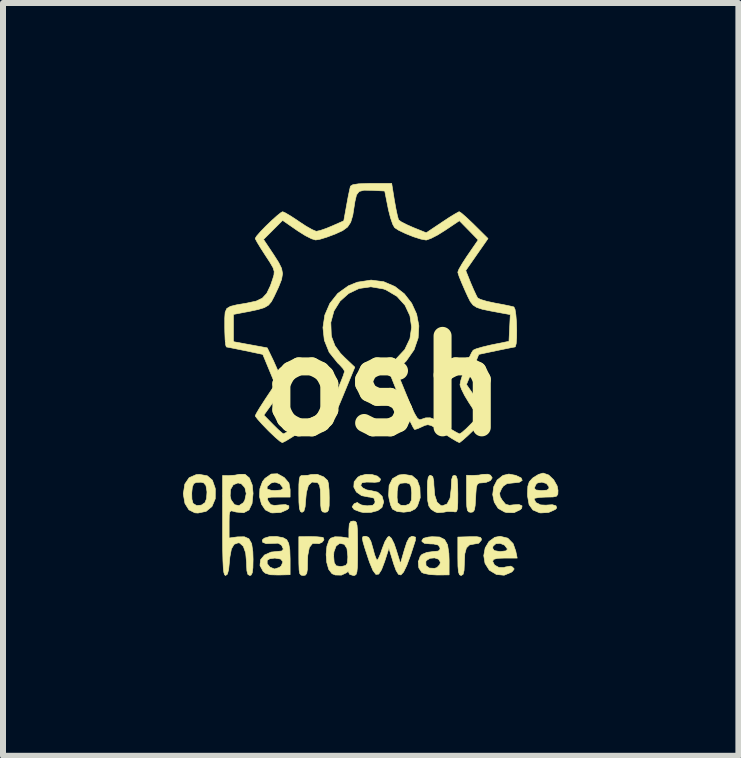
<source format=kicad_pcb>
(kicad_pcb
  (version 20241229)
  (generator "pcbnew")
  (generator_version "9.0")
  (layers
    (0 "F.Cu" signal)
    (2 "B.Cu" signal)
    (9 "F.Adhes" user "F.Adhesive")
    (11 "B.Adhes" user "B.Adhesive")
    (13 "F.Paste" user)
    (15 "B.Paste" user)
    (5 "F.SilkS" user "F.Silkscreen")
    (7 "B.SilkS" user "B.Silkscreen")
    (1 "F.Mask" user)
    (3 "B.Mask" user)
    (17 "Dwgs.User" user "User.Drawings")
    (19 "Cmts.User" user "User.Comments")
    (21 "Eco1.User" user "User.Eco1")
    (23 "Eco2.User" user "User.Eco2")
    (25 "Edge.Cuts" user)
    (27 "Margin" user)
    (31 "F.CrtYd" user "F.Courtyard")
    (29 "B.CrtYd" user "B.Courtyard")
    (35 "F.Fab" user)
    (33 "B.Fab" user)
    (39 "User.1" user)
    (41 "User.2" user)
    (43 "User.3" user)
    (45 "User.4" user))
  (footprint "osh"
    (layer "F.Cu")
    (at 3.343 3.38)
    (property "Reference" "osh" (at 0 0 0) (layer "F.SilkS") (effects (font (size 1.524 1.524) (thickness 0.3))))
    (attr through_hole)
    (fp_poly (pts (xy 1.551 2.511) (xy 1.61 2.522) (xy 1.628 2.549) (xy 1.626 2.568) (xy 1.582 2.62) (xy 1.512 2.632) (xy 1.428 2.648) (xy 1.377 2.698) (xy 1.35 2.797) (xy 1.343 2.948) (xy 1.338 3.072) (xy 1.322 3.137) (xy 1.291 3.157) (xy 1.288 3.157) (xy 1.261 3.144) (xy 1.245 3.097) (xy 1.236 3.004) (xy 1.234 2.851) (xy 1.234 2.837) (xy 1.234 2.517) (xy 1.436 2.511) (xy 1.551 2.511)) (stroke (width 0.01) (type solid)) (fill yes) (layer "F.SilkS"))
    (fp_poly (pts (xy -1.114 2.512) (xy -1.031 2.52) (xy -1.007 2.527) (xy -0.996 2.563) (xy -1.028 2.604) (xy -1.08 2.627) (xy -1.11 2.624) (xy -1.187 2.624) (xy -1.24 2.691) (xy -1.266 2.825) (xy -1.27 2.925) (xy -1.272 3.052) (xy -1.283 3.121) (xy -1.306 3.151) (xy -1.343 3.157) (xy -1.377 3.151) (xy -1.399 3.126) (xy -1.41 3.066) (xy -1.414 2.958) (xy -1.415 2.834) (xy -1.415 2.511) (xy -1.227 2.509) (xy -1.114 2.512)) (stroke (width 0.01) (type solid)) (fill yes) (layer "F.SilkS"))
    (fp_poly (pts (xy 1.778 1.486) (xy 1.807 1.531) (xy 1.778 1.575) (xy 1.705 1.606) (xy 1.642 1.613) (xy 1.589 1.617) (xy 1.558 1.639) (xy 1.542 1.694) (xy 1.534 1.799) (xy 1.531 1.86) (xy 1.523 1.991) (xy 1.51 2.065) (xy 1.486 2.098) (xy 1.45 2.105) (xy 1.415 2.098) (xy 1.394 2.071) (xy 1.383 2.007) (xy 1.379 1.893) (xy 1.379 1.796) (xy 1.379 1.487) (xy 1.479 1.49) (xy 1.583 1.485) (xy 1.651 1.472) (xy 1.736 1.47) (xy 1.778 1.486)) (stroke (width 0.01) (type solid)) (fill yes) (layer "F.SilkS"))
    (fp_poly (pts (xy 2.2 1.489) (xy 2.202 1.49) (xy 2.289 1.532) (xy 2.307 1.573) (xy 2.259 1.604) (xy 2.158 1.615) (xy 2.054 1.626) (xy 1.992 1.668) (xy 1.963 1.71) (xy 1.93 1.785) (xy 1.939 1.845) (xy 1.974 1.904) (xy 2.03 1.971) (xy 2.096 1.988) (xy 2.159 1.98) (xy 2.253 1.975) (xy 2.304 1.997) (xy 2.298 2.037) (xy 2.277 2.059) (xy 2.17 2.111) (xy 2.045 2.108) (xy 2.011 2.099) (xy 1.906 2.039) (xy 1.841 1.936) (xy 1.815 1.81) (xy 1.831 1.681) (xy 1.889 1.567) (xy 1.986 1.49) (xy 2.084 1.467) (xy 2.2 1.489)) (stroke (width 0.01) (type solid)) (fill yes) (layer "F.SilkS"))
    (fp_poly (pts (xy -2.94 1.496) (xy -2.855 1.569) (xy -2.809 1.7) (xy -2.806 1.716) (xy -2.807 1.879) (xy -2.861 2.007) (xy -2.96 2.089) (xy -3.095 2.117) (xy -3.147 2.113) (xy -3.246 2.063) (xy -3.312 1.957) (xy -3.338 1.807) (xy -3.338 1.792) (xy -3.337 1.784) (xy -3.199 1.784) (xy -3.196 1.886) (xy -3.177 1.957) (xy -3.176 1.957) (xy -3.118 1.992) (xy -3.039 1.985) (xy -2.978 1.944) (xy -2.952 1.875) (xy -2.945 1.773) (xy -2.946 1.753) (xy -2.962 1.659) (xy -2.998 1.615) (xy -3.043 1.603) (xy -3.124 1.607) (xy -3.165 1.626) (xy -3.189 1.686) (xy -3.199 1.784) (xy -3.337 1.784) (xy -3.314 1.634) (xy -3.242 1.528) (xy -3.125 1.477) (xy -3.07 1.473) (xy -2.94 1.496)) (stroke (width 0.01) (type solid)) (fill yes) (layer "F.SilkS"))
    (fp_poly (pts (xy 1.206 1.501) (xy 1.223 1.548) (xy 1.231 1.643) (xy 1.234 1.797) (xy 1.234 1.8) (xy 1.233 1.951) (xy 1.228 2.042) (xy 1.215 2.087) (xy 1.191 2.099) (xy 1.157 2.093) (xy 1.061 2.09) (xy 1.001 2.103) (xy 0.897 2.111) (xy 0.851 2.095) (xy 0.788 2.053) (xy 0.751 1.999) (xy 0.733 1.915) (xy 0.727 1.782) (xy 0.726 1.733) (xy 0.729 1.598) (xy 0.741 1.521) (xy 0.765 1.49) (xy 0.78 1.488) (xy 0.816 1.509) (xy 0.833 1.583) (xy 0.835 1.649) (xy 0.849 1.819) (xy 0.888 1.936) (xy 0.952 1.992) (xy 0.978 1.996) (xy 1.056 1.964) (xy 1.105 1.868) (xy 1.124 1.706) (xy 1.125 1.672) (xy 1.131 1.557) (xy 1.15 1.5) (xy 1.179 1.488) (xy 1.206 1.501)) (stroke (width 0.01) (type solid)) (fill yes) (layer "F.SilkS"))
    (fp_poly (pts (xy -1.002 1.514) (xy -0.935 1.575) (xy -0.921 1.629) (xy -0.911 1.734) (xy -0.908 1.86) (xy -0.909 1.99) (xy -0.919 2.064) (xy -0.94 2.097) (xy -0.978 2.105) (xy -0.98 2.105) (xy -1.019 2.097) (xy -1.041 2.065) (xy -1.05 1.991) (xy -1.052 1.868) (xy -1.056 1.731) (xy -1.071 1.652) (xy -1.1 1.613) (xy -1.112 1.608) (xy -1.196 1.601) (xy -1.255 1.656) (xy -1.289 1.777) (xy -1.299 1.882) (xy -1.31 2.013) (xy -1.33 2.084) (xy -1.362 2.105) (xy -1.362 2.105) (xy -1.389 2.09) (xy -1.405 2.039) (xy -1.413 1.938) (xy -1.415 1.794) (xy -1.414 1.643) (xy -1.407 1.551) (xy -1.393 1.505) (xy -1.368 1.491) (xy -1.352 1.492) (xy -1.266 1.488) (xy -1.208 1.475) (xy -1.107 1.472) (xy -1.002 1.514)) (stroke (width 0.01) (type solid)) (fill yes) (layer "F.SilkS"))
    (fp_poly (pts (xy 0.472 1.495) (xy 0.557 1.567) (xy 0.602 1.691) (xy 0.608 1.861) (xy 0.561 2) (xy 0.523 2.048) (xy 0.443 2.089) (xy 0.332 2.103) (xy 0.222 2.091) (xy 0.147 2.052) (xy 0.144 2.049) (xy 0.113 1.98) (xy 0.088 1.873) (xy 0.086 1.859) (xy 0.222 1.859) (xy 0.23 1.936) (xy 0.232 1.945) (xy 0.282 1.987) (xy 0.364 1.99) (xy 0.429 1.964) (xy 0.461 1.903) (xy 0.466 1.782) (xy 0.465 1.774) (xy 0.454 1.675) (xy 0.43 1.629) (xy 0.379 1.615) (xy 0.345 1.615) (xy 0.273 1.622) (xy 0.24 1.657) (xy 0.226 1.741) (xy 0.224 1.755) (xy 0.222 1.859) (xy 0.086 1.859) (xy 0.081 1.822) (xy 0.089 1.658) (xy 0.146 1.544) (xy 0.252 1.483) (xy 0.337 1.473) (xy 0.472 1.495)) (stroke (width 0.01) (type solid)) (fill yes) (layer "F.SilkS"))
    (fp_poly (pts (xy -1.676 2.528) (xy -1.617 2.561) (xy -1.584 2.622) (xy -1.565 2.728) (xy -1.56 2.881) (xy -1.56 3.144) (xy -1.755 3.149) (xy -1.889 3.145) (xy -1.973 3.119) (xy -2.009 3.089) (xy -2.062 2.99) (xy -2.053 2.904) (xy -1.942 2.904) (xy -1.942 2.961) (xy -1.896 3.017) (xy -1.826 3.047) (xy -1.814 3.048) (xy -1.738 3.022) (xy -1.707 2.995) (xy -1.68 2.929) (xy -1.718 2.883) (xy -1.814 2.867) (xy -1.898 2.878) (xy -1.942 2.904) (xy -2.053 2.904) (xy -2.052 2.895) (xy -1.987 2.816) (xy -1.877 2.767) (xy -1.788 2.758) (xy -1.699 2.749) (xy -1.673 2.718) (xy -1.702 2.653) (xy -1.702 2.653) (xy -1.759 2.619) (xy -1.864 2.623) (xy -1.96 2.626) (xy -2.017 2.604) (xy -2.024 2.567) (xy -1.991 2.536) (xy -1.902 2.509) (xy -1.785 2.507) (xy -1.676 2.528)) (stroke (width 0.01) (type solid)) (fill yes) (layer "F.SilkS"))
    (fp_poly (pts (xy -1.656 1.527) (xy -1.656 1.527) (xy -1.58 1.616) (xy -1.56 1.726) (xy -1.56 1.851) (xy -1.761 1.851) (xy -1.875 1.852) (xy -1.929 1.862) (xy -1.939 1.886) (xy -1.921 1.927) (xy -1.882 1.977) (xy -1.821 1.99) (xy -1.74 1.982) (xy -1.637 1.976) (xy -1.581 1.996) (xy -1.581 2.034) (xy -1.606 2.059) (xy -1.715 2.107) (xy -1.853 2.115) (xy -1.877 2.112) (xy -1.972 2.065) (xy -2.037 1.969) (xy -2.069 1.846) (xy -2.064 1.714) (xy -2.05 1.675) (xy -1.943 1.675) (xy -1.942 1.717) (xy -1.871 1.739) (xy -1.814 1.742) (xy -1.711 1.733) (xy -1.676 1.706) (xy -1.677 1.699) (xy -1.731 1.629) (xy -1.813 1.601) (xy -1.876 1.617) (xy -1.943 1.675) (xy -2.05 1.675) (xy -2.02 1.593) (xy -1.979 1.54) (xy -1.875 1.467) (xy -1.771 1.462) (xy -1.656 1.527)) (stroke (width 0.01) (type solid)) (fill yes) (layer "F.SilkS"))
    (fp_poly (pts (xy 2.066 2.535) (xy 2.155 2.626) (xy 2.199 2.751) (xy 2.223 2.867) (xy 2.018 2.867) (xy 1.896 2.871) (xy 1.832 2.888) (xy 1.814 2.92) (xy 1.845 2.983) (xy 1.918 3.023) (xy 2.001 3.025) (xy 2.025 3.016) (xy 2.111 3.001) (xy 2.143 3.015) (xy 2.173 3.048) (xy 2.146 3.086) (xy 2.125 3.103) (xy 2.005 3.153) (xy 1.876 3.14) (xy 1.759 3.069) (xy 1.758 3.068) (xy 1.687 2.955) (xy 1.666 2.826) (xy 1.689 2.702) (xy 1.814 2.702) (xy 1.84 2.742) (xy 1.923 2.757) (xy 1.944 2.758) (xy 2.035 2.747) (xy 2.061 2.718) (xy 2.06 2.715) (xy 2.013 2.652) (xy 1.94 2.622) (xy 1.868 2.627) (xy 1.821 2.669) (xy 1.814 2.702) (xy 1.689 2.702) (xy 1.69 2.698) (xy 1.753 2.591) (xy 1.85 2.521) (xy 1.938 2.504) (xy 2.066 2.535)) (stroke (width 0.01) (type solid)) (fill yes) (layer "F.SilkS"))
    (fp_poly (pts (xy -0.193 1.476) (xy -0.105 1.502) (xy -0.057 1.547) (xy -0.054 1.563) (xy -0.077 1.597) (xy -0.152 1.605) (xy -0.19 1.603) (xy -0.289 1.601) (xy -0.357 1.612) (xy -0.364 1.615) (xy -0.384 1.655) (xy -0.351 1.698) (xy -0.282 1.732) (xy -0.216 1.742) (xy -0.102 1.769) (xy -0.027 1.838) (xy -0.001 1.933) (xy -0.03 2.024) (xy -0.1 2.076) (xy -0.212 2.106) (xy -0.337 2.108) (xy -0.388 2.098) (xy -0.493 2.058) (xy -0.527 2.013) (xy -0.493 1.962) (xy -0.439 1.94) (xy -0.418 1.958) (xy -0.369 1.983) (xy -0.281 1.996) (xy -0.27 1.996) (xy -0.183 1.987) (xy -0.149 1.955) (xy -0.145 1.923) (xy -0.164 1.868) (xy -0.232 1.851) (xy -0.246 1.851) (xy -0.369 1.827) (xy -0.456 1.766) (xy -0.499 1.684) (xy -0.493 1.596) (xy -0.431 1.519) (xy -0.391 1.496) (xy -0.296 1.472) (xy -0.193 1.476)) (stroke (width 0.01) (type solid)) (fill yes) (layer "F.SilkS"))
    (fp_poly (pts (xy 0.929 2.516) (xy 1.013 2.558) (xy 1.063 2.646) (xy 1.085 2.789) (xy 1.089 2.906) (xy 1.089 3.147) (xy 0.892 3.149) (xy 0.769 3.142) (xy 0.67 3.122) (xy 0.633 3.106) (xy 0.584 3.03) (xy 0.575 2.929) (xy 0.577 2.925) (xy 0.701 2.925) (xy 0.704 2.992) (xy 0.758 3.033) (xy 0.845 3.038) (xy 0.886 3.026) (xy 0.934 2.975) (xy 0.943 2.935) (xy 0.914 2.886) (xy 0.847 2.864) (xy 0.769 2.871) (xy 0.711 2.908) (xy 0.701 2.925) (xy 0.577 2.925) (xy 0.608 2.837) (xy 0.637 2.806) (xy 0.719 2.772) (xy 0.825 2.758) (xy 0.826 2.758) (xy 0.91 2.75) (xy 0.938 2.72) (xy 0.936 2.694) (xy 0.907 2.65) (xy 0.83 2.632) (xy 0.779 2.631) (xy 0.679 2.622) (xy 0.637 2.592) (xy 0.635 2.576) (xy 0.66 2.538) (xy 0.742 2.517) (xy 0.804 2.511) (xy 0.929 2.516)) (stroke (width 0.01) (type solid)) (fill yes) (layer "F.SilkS"))
    (fp_poly (pts (xy 0.529 2.519) (xy 0.527 2.575) (xy 0.525 2.579) (xy 0.447 2.819) (xy 0.383 2.991) (xy 0.33 3.1) (xy 0.285 3.148) (xy 0.245 3.138) (xy 0.206 3.075) (xy 0.164 2.96) (xy 0.156 2.932) (xy 0.086 2.703) (xy 0.016 2.921) (xy -0.037 3.061) (xy -0.084 3.134) (xy -0.131 3.139) (xy -0.18 3.074) (xy -0.236 2.939) (xy -0.264 2.856) (xy -0.316 2.698) (xy -0.346 2.596) (xy -0.356 2.538) (xy -0.348 2.511) (xy -0.322 2.504) (xy -0.296 2.504) (xy -0.251 2.522) (xy -0.215 2.587) (xy -0.181 2.703) (xy -0.152 2.812) (xy -0.124 2.884) (xy -0.11 2.903) (xy -0.087 2.871) (xy -0.052 2.789) (xy -0.023 2.703) (xy 0.02 2.592) (xy 0.064 2.52) (xy 0.089 2.504) (xy 0.127 2.537) (xy 0.172 2.626) (xy 0.208 2.731) (xy 0.278 2.957) (xy 0.343 2.731) (xy 0.385 2.602) (xy 0.423 2.531) (xy 0.465 2.505) (xy 0.479 2.504) (xy 0.529 2.519)) (stroke (width 0.01) (type solid)) (fill yes) (layer "F.SilkS"))
    (fp_poly (pts (xy 2.747 1.483) (xy 2.831 1.563) (xy 2.889 1.666) (xy 2.903 1.74) (xy 2.9 1.803) (xy 2.878 1.836) (xy 2.82 1.849) (xy 2.708 1.851) (xy 2.703 1.851) (xy 2.594 1.856) (xy 2.521 1.869) (xy 2.504 1.882) (xy 2.535 1.942) (xy 2.612 1.981) (xy 2.708 1.986) (xy 2.714 1.984) (xy 2.808 1.978) (xy 2.869 1.996) (xy 2.881 2.031) (xy 2.859 2.057) (xy 2.747 2.107) (xy 2.614 2.115) (xy 2.594 2.112) (xy 2.485 2.066) (xy 2.421 1.977) (xy 2.396 1.835) (xy 2.395 1.793) (xy 2.399 1.701) (xy 2.508 1.701) (xy 2.533 1.732) (xy 2.62 1.742) (xy 2.633 1.742) (xy 2.72 1.735) (xy 2.752 1.708) (xy 2.751 1.678) (xy 2.71 1.625) (xy 2.635 1.602) (xy 2.562 1.615) (xy 2.536 1.639) (xy 2.508 1.701) (xy 2.399 1.701) (xy 2.4 1.672) (xy 2.424 1.597) (xy 2.475 1.54) (xy 2.49 1.527) (xy 2.577 1.474) (xy 2.654 1.451) (xy 2.655 1.451) (xy 2.747 1.483)) (stroke (width 0.01) (type solid)) (fill yes) (layer "F.SilkS"))
    (fp_poly (pts (xy -0.478 2.254) (xy -0.457 2.274) (xy -0.445 2.322) (xy -0.438 2.41) (xy -0.436 2.549) (xy -0.435 2.703) (xy -0.436 2.892) (xy -0.439 3.019) (xy -0.447 3.097) (xy -0.461 3.139) (xy -0.483 3.155) (xy -0.508 3.157) (xy -0.567 3.139) (xy -0.581 3.113) (xy -0.591 3.088) (xy -0.624 3.113) (xy -0.705 3.151) (xy -0.807 3.149) (xy -0.862 3.127) (xy -0.917 3.055) (xy -0.95 2.938) (xy -0.958 2.829) (xy -0.835 2.829) (xy -0.826 2.94) (xy -0.794 2.995) (xy -0.725 3.007) (xy -0.691 3.004) (xy -0.633 2.99) (xy -0.606 2.95) (xy -0.599 2.864) (xy -0.599 2.834) (xy -0.613 2.707) (xy -0.656 2.639) (xy -0.659 2.637) (xy -0.734 2.621) (xy -0.794 2.667) (xy -0.83 2.763) (xy -0.835 2.829) (xy -0.958 2.829) (xy -0.96 2.802) (xy -0.947 2.67) (xy -0.91 2.567) (xy -0.884 2.536) (xy -0.813 2.512) (xy -0.708 2.515) (xy -0.707 2.515) (xy -0.581 2.535) (xy -0.581 2.393) (xy -0.574 2.299) (xy -0.549 2.257) (xy -0.508 2.25) (xy -0.478 2.254)) (stroke (width 0.01) (type solid)) (fill yes) (layer "F.SilkS"))
    (fp_poly (pts (xy -2.312 1.471) (xy -2.238 1.533) (xy -2.191 1.65) (xy -2.177 1.789) (xy -2.194 1.959) (xy -2.245 2.065) (xy -2.333 2.112) (xy -2.461 2.1) (xy -2.495 2.09) (xy -2.539 2.08) (xy -2.563 2.095) (xy -2.574 2.149) (xy -2.576 2.258) (xy -2.576 2.298) (xy -2.576 2.533) (xy -2.438 2.514) (xy -2.323 2.512) (xy -2.247 2.545) (xy -2.201 2.626) (xy -2.181 2.761) (xy -2.177 2.887) (xy -2.18 3.03) (xy -2.191 3.114) (xy -2.211 3.151) (xy -2.232 3.157) (xy -2.263 3.14) (xy -2.28 3.08) (xy -2.286 2.964) (xy -2.286 2.942) (xy -2.3 2.783) (xy -2.339 2.672) (xy -2.399 2.617) (xy -2.425 2.613) (xy -2.493 2.638) (xy -2.538 2.715) (xy -2.564 2.853) (xy -2.57 2.919) (xy -2.584 3.059) (xy -2.605 3.135) (xy -2.635 3.157) (xy -2.651 3.146) (xy -2.664 3.106) (xy -2.673 3.031) (xy -2.679 2.913) (xy -2.683 2.743) (xy -2.685 2.513) (xy -2.685 2.324) (xy -2.685 1.833) (xy -2.559 1.833) (xy -2.542 1.9) (xy -2.485 1.978) (xy -2.411 1.993) (xy -2.341 1.946) (xy -2.315 1.904) (xy -2.291 1.793) (xy -2.313 1.695) (xy -2.372 1.63) (xy -2.429 1.615) (xy -2.507 1.646) (xy -2.553 1.725) (xy -2.559 1.833) (xy -2.685 1.833) (xy -2.685 1.491) (xy -2.585 1.493) (xy -2.479 1.486) (xy -2.407 1.471) (xy -2.312 1.471)) (stroke (width 0.01) (type solid)) (fill yes) (layer "F.SilkS"))
    (fp_poly (pts (xy 0.178 -3.09) (xy 0.203 -2.951) (xy 0.227 -2.839) (xy 0.245 -2.773) (xy 0.248 -2.767) (xy 0.292 -2.734) (xy 0.384 -2.687) (xy 0.49 -2.64) (xy 0.708 -2.552) (xy 0.969 -2.727) (xy 1.09 -2.807) (xy 1.188 -2.867) (xy 1.248 -2.9) (xy 1.258 -2.903) (xy 1.295 -2.879) (xy 1.369 -2.815) (xy 1.467 -2.723) (xy 1.512 -2.679) (xy 1.737 -2.456) (xy 1.551 -2.189) (xy 1.366 -1.923) (xy 1.45 -1.714) (xy 1.5 -1.598) (xy 1.543 -1.506) (xy 1.565 -1.466) (xy 1.614 -1.441) (xy 1.714 -1.411) (xy 1.844 -1.383) (xy 1.859 -1.38) (xy 1.994 -1.355) (xy 2.104 -1.332) (xy 2.166 -1.317) (xy 2.168 -1.316) (xy 2.187 -1.276) (xy 2.201 -1.185) (xy 2.211 -1.063) (xy 2.215 -0.929) (xy 2.214 -0.803) (xy 2.206 -0.704) (xy 2.191 -0.653) (xy 2.186 -0.65) (xy 2.14 -0.642) (xy 2.042 -0.622) (xy 1.91 -0.595) (xy 1.871 -0.587) (xy 1.583 -0.526) (xy 1.481 -0.275) (xy 1.378 -0.024) (xy 1.558 0.236) (xy 1.738 0.496) (xy 1.512 0.72) (xy 1.408 0.82) (xy 1.322 0.897) (xy 1.269 0.939) (xy 1.259 0.943) (xy 1.218 0.924) (xy 1.133 0.874) (xy 1.022 0.803) (xy 0.991 0.782) (xy 0.87 0.702) (xy 0.79 0.659) (xy 0.735 0.645) (xy 0.686 0.656) (xy 0.649 0.673) (xy 0.568 0.71) (xy 0.515 0.726) (xy 0.515 0.726) (xy 0.492 0.694) (xy 0.449 0.609) (xy 0.391 0.485) (xy 0.325 0.336) (xy 0.256 0.175) (xy 0.19 0.016) (xy 0.134 -0.125) (xy 0.093 -0.235) (xy 0.073 -0.301) (xy 0.073 -0.308) (xy 0.099 -0.351) (xy 0.165 -0.417) (xy 0.203 -0.449) (xy 0.35 -0.607) (xy 0.436 -0.788) (xy 0.464 -0.98) (xy 0.436 -1.17) (xy 0.354 -1.345) (xy 0.22 -1.493) (xy 0.037 -1.601) (xy -0.007 -1.617) (xy -0.215 -1.652) (xy -0.411 -1.624) (xy -0.585 -1.541) (xy -0.728 -1.413) (xy -0.83 -1.249) (xy -0.882 -1.058) (xy -0.874 -0.848) (xy -0.865 -0.808) (xy -0.813 -0.671) (xy -0.721 -0.544) (xy -0.652 -0.474) (xy -0.482 -0.313) (xy -0.692 0.196) (xy -0.767 0.374) (xy -0.836 0.527) (xy -0.893 0.642) (xy -0.931 0.708) (xy -0.942 0.719) (xy -0.998 0.71) (xy -1.076 0.671) (xy -1.124 0.643) (xy -1.168 0.635) (xy -1.223 0.654) (xy -1.307 0.704) (xy -1.414 0.777) (xy -1.531 0.854) (xy -1.627 0.913) (xy -1.685 0.942) (xy -1.692 0.943) (xy -1.732 0.919) (xy -1.807 0.855) (xy -1.904 0.763) (xy -1.933 0.734) (xy -2.03 0.633) (xy -2.102 0.552) (xy -2.139 0.503) (xy -2.141 0.497) (xy -2.122 0.457) (xy -2.072 0.372) (xy -2 0.26) (xy -1.975 0.221) (xy -1.809 -0.028) (xy -1.912 -0.277) (xy -2.015 -0.526) (xy -2.305 -0.587) (xy -2.443 -0.615) (xy -2.552 -0.637) (xy -2.615 -0.649) (xy -2.622 -0.65) (xy -2.634 -0.685) (xy -2.643 -0.776) (xy -2.648 -0.907) (xy -2.649 -0.977) (xy -2.649 -1.129) (xy -2.645 -1.192) (xy -2.504 -1.192) (xy -2.504 -0.738) (xy -1.941 -0.635) (xy -1.837 -0.42) (xy -1.756 -0.237) (xy -1.717 -0.095) (xy -1.719 0.026) (xy -1.763 0.144) (xy -1.847 0.276) (xy -1.997 0.486) (xy -1.844 0.642) (xy -1.76 0.725) (xy -1.696 0.781) (xy -1.671 0.798) (xy -1.633 0.779) (xy -1.552 0.73) (xy -1.445 0.661) (xy -1.433 0.653) (xy -1.279 0.559) (xy -1.17 0.515) (xy -1.1 0.517) (xy -1.07 0.544) (xy -1.027 0.579) (xy -1.018 0.581) (xy -0.995 0.55) (xy -0.952 0.467) (xy -0.895 0.348) (xy -0.832 0.209) (xy -0.77 0.065) (xy -0.715 -0.068) (xy -0.674 -0.174) (xy -0.654 -0.239) (xy -0.653 -0.246) (xy -0.677 -0.288) (xy -0.738 -0.356) (xy -0.767 -0.383) (xy -0.909 -0.561) (xy -0.99 -0.762) (xy -1.013 -0.973) (xy -0.982 -1.181) (xy -0.898 -1.375) (xy -0.766 -1.542) (xy -0.587 -1.67) (xy -0.44 -1.729) (xy -0.211 -1.764) (xy -0.000429 -1.737) (xy 0.186 -1.657) (xy 0.343 -1.535) (xy 0.465 -1.378) (xy 0.548 -1.197) (xy 0.585 -1.002) (xy 0.573 -0.8) (xy 0.505 -0.603) (xy 0.376 -0.418) (xy 0.319 -0.361) (xy 0.21 -0.261) (xy 0.383 0.161) (xy 0.458 0.342) (xy 0.515 0.462) (xy 0.557 0.532) (xy 0.591 0.561) (xy 0.613 0.56) (xy 0.699 0.531) (xy 0.773 0.53) (xy 0.857 0.561) (xy 0.973 0.629) (xy 1.009 0.651) (xy 1.122 0.722) (xy 1.212 0.774) (xy 1.261 0.798) (xy 1.264 0.798) (xy 1.303 0.774) (xy 1.373 0.713) (xy 1.431 0.655) (xy 1.571 0.512) (xy 1.421 0.281) (xy 1.347 0.159) (xy 1.294 0.052) (xy 1.27 -0.018) (xy 1.27 -0.023) (xy 1.284 -0.093) (xy 1.319 -0.205) (xy 1.366 -0.334) (xy 1.417 -0.459) (xy 1.463 -0.555) (xy 1.49 -0.596) (xy 1.538 -0.618) (xy 1.639 -0.648) (xy 1.771 -0.68) (xy 1.804 -0.687) (xy 2.086 -0.744) (xy 2.097 -0.967) (xy 2.108 -1.189) (xy 1.97 -1.214) (xy 1.777 -1.25) (xy 1.642 -1.278) (xy 1.55 -1.308) (xy 1.488 -1.348) (xy 1.442 -1.406) (xy 1.4 -1.49) (xy 1.357 -1.584) (xy 1.3 -1.715) (xy 1.256 -1.823) (xy 1.235 -1.889) (xy 1.234 -1.897) (xy 1.253 -1.946) (xy 1.305 -2.036) (xy 1.379 -2.151) (xy 1.404 -2.187) (xy 1.573 -2.433) (xy 1.417 -2.593) (xy 1.26 -2.753) (xy 1.02 -2.592) (xy 0.897 -2.515) (xy 0.788 -2.459) (xy 0.713 -2.432) (xy 0.704 -2.431) (xy 0.618 -2.447) (xy 0.495 -2.486) (xy 0.363 -2.539) (xy 0.248 -2.594) (xy 0.181 -2.638) (xy 0.149 -2.695) (xy 0.112 -2.804) (xy 0.077 -2.94) (xy 0.072 -2.967) (xy 0.016 -3.248) (xy -0.197 -3.259) (xy -0.33 -3.261) (xy -0.41 -3.24) (xy -0.454 -3.183) (xy -0.48 -3.073) (xy -0.489 -3.015) (xy -0.516 -2.843) (xy -0.551 -2.727) (xy -0.603 -2.648) (xy -0.685 -2.588) (xy -0.81 -2.531) (xy -0.818 -2.528) (xy -0.949 -2.479) (xy -1.063 -2.444) (xy -1.135 -2.432) (xy -1.202 -2.452) (xy -1.307 -2.505) (xy -1.428 -2.581) (xy -1.45 -2.596) (xy -1.685 -2.759) (xy -2.003 -2.441) (xy -1.83 -2.182) (xy -1.75 -2.056) (xy -1.702 -1.959) (xy -1.686 -1.872) (xy -1.702 -1.775) (xy -1.751 -1.65) (xy -1.827 -1.489) (xy -1.872 -1.404) (xy -1.921 -1.346) (xy -1.99 -1.305) (xy -2.096 -1.273) (xy -2.254 -1.239) (xy -2.295 -1.232) (xy -2.504 -1.192) (xy -2.645 -1.192) (xy -2.642 -1.228) (xy -2.615 -1.29) (xy -2.555 -1.326) (xy -2.45 -1.352) (xy -2.288 -1.379) (xy -2.274 -1.382) (xy -2.125 -1.414) (xy -2.023 -1.463) (xy -1.949 -1.543) (xy -1.888 -1.67) (xy -1.851 -1.778) (xy -1.829 -1.85) (xy -1.825 -1.908) (xy -1.844 -1.97) (xy -1.893 -2.055) (xy -1.972 -2.176) (xy -2.049 -2.296) (xy -2.108 -2.393) (xy -2.139 -2.451) (xy -2.141 -2.459) (xy -2.116 -2.499) (xy -2.052 -2.572) (xy -1.964 -2.663) (xy -1.867 -2.756) (xy -1.777 -2.837) (xy -1.71 -2.89) (xy -1.684 -2.903) (xy -1.638 -2.883) (xy -1.55 -2.831) (xy -1.438 -2.758) (xy -1.413 -2.74) (xy -1.294 -2.662) (xy -1.193 -2.605) (xy -1.127 -2.577) (xy -1.12 -2.577) (xy -1.056 -2.591) (xy -0.953 -2.627) (xy -0.864 -2.664) (xy -0.666 -2.751) (xy -0.618 -3.017) (xy -0.593 -3.153) (xy -0.57 -3.263) (xy -0.555 -3.326) (xy -0.554 -3.329) (xy -0.515 -3.353) (xy -0.419 -3.368) (xy -0.258 -3.374) (xy -0.202 -3.375) (xy 0.132 -3.375) (xy 0.178 -3.09)) (stroke (width 0.01) (type solid)) (fill yes) (layer "F.SilkS")))
  (gr_rect
    (start -3 -3)
    (end 9.251 9.541)
    (stroke (width 0.1) (type default))
    (fill no)
    (layer "Edge.Cuts")))
</source>
